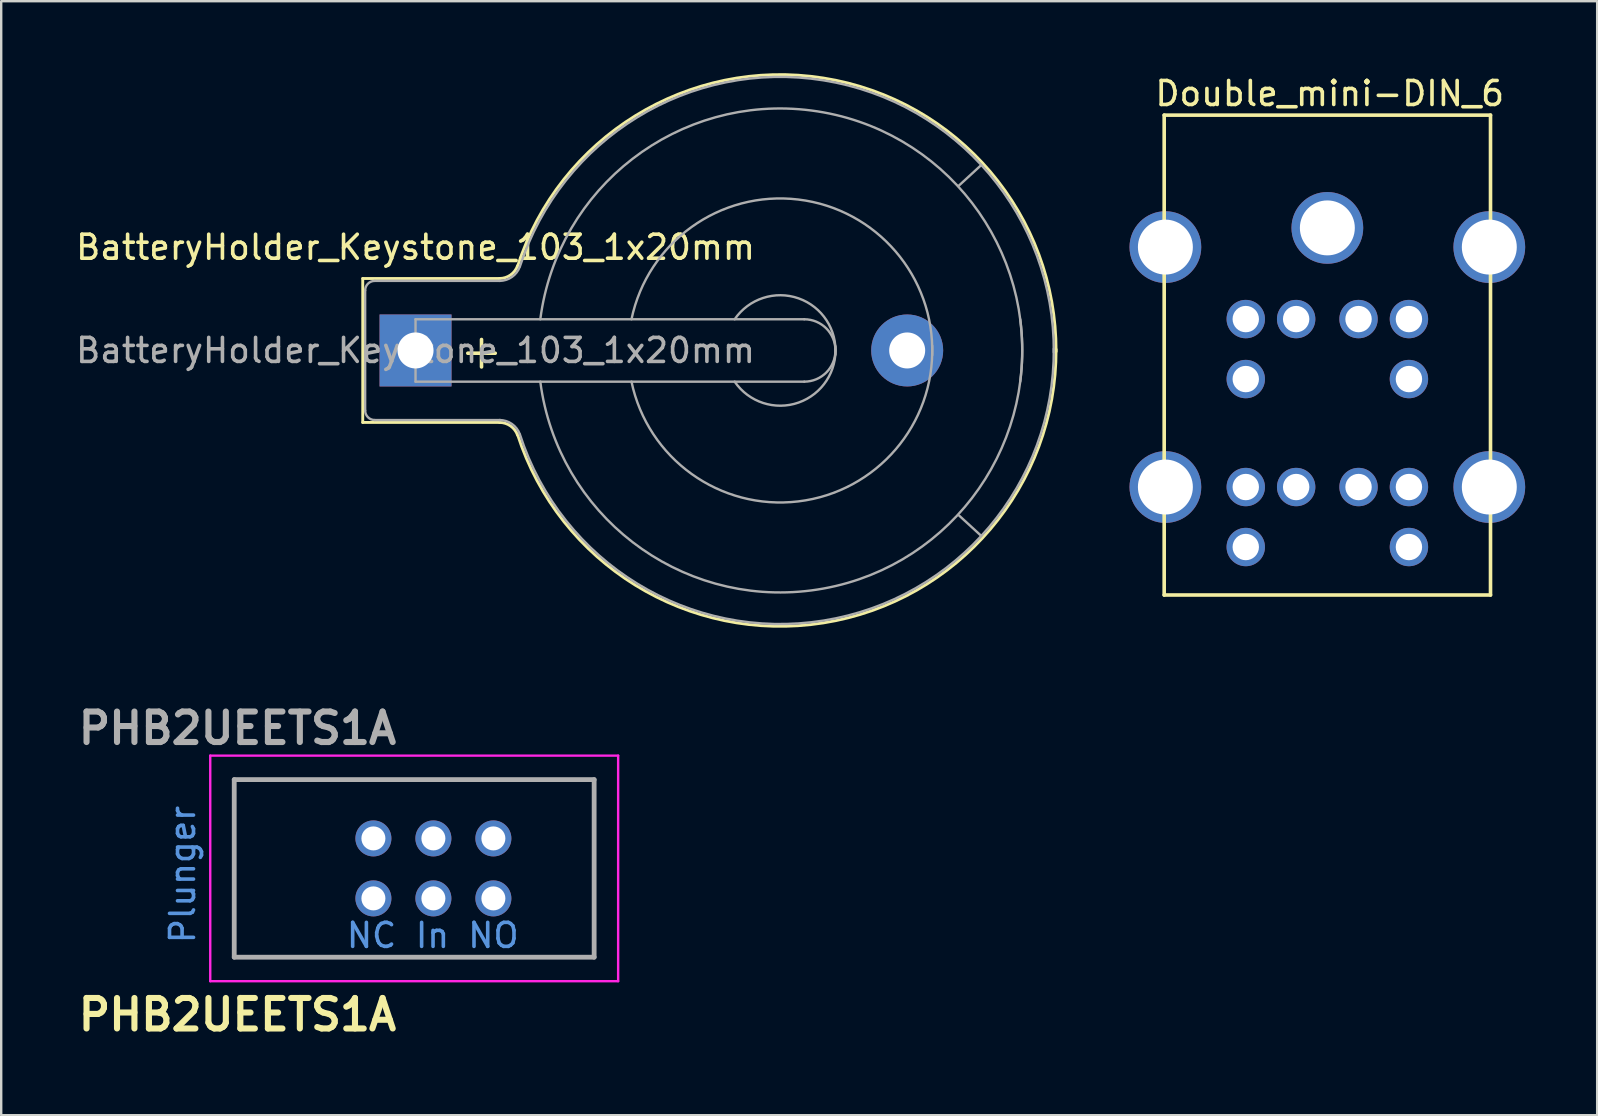
<source format=kicad_pcb>
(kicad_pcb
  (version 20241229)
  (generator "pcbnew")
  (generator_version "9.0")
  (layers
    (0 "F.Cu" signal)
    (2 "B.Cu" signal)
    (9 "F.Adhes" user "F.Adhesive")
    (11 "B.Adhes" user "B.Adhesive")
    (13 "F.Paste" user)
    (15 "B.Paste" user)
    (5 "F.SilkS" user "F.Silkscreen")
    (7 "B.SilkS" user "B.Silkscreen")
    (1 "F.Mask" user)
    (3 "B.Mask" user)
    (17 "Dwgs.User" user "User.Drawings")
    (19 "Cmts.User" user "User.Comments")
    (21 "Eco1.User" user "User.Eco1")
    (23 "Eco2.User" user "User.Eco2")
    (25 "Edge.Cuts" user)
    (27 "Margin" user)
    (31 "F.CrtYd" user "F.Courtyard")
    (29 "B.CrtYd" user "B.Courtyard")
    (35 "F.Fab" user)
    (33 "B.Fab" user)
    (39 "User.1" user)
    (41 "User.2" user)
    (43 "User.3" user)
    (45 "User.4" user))
  (footprint "PHB2UEETS1A"
    (layer "F.Cu")
    (at 14.212 33.142)
    (property "Reference" "PHB2UEETS1A" (at -7.366 6.096 0) (layer "F.SilkS") (effects (font (size 1.27 1.27) (thickness 0.254))))
    (attr through_hole)
    (fp_line (start -7.5 -3.7) (end 7.5 -3.7) (stroke (width 0.1) (type solid)) (layer "F.SilkS"))
    (fp_line (start -7.5 3.7) (end -7.5 -3.7) (stroke (width 0.1) (type solid)) (layer "F.SilkS"))
    (fp_line (start 7.5 -3.7) (end 7.5 3.7) (stroke (width 0.1) (type solid)) (layer "F.SilkS"))
    (fp_line (start 7.5 3.7) (end -7.5 3.7) (stroke (width 0.1) (type solid)) (layer "F.SilkS"))
    (fp_line (start -8.5 -4.7) (end 8.5 -4.7) (stroke (width 0.1) (type solid)) (layer "F.CrtYd"))
    (fp_line (start -8.5 4.7) (end -8.5 -4.7) (stroke (width 0.1) (type solid)) (layer "F.CrtYd"))
    (fp_line (start 8.5 -4.7) (end 8.5 4.7) (stroke (width 0.1) (type solid)) (layer "F.CrtYd"))
    (fp_line (start 8.5 4.7) (end -8.5 4.7) (stroke (width 0.1) (type solid)) (layer "F.CrtYd"))
    (fp_line (start -7.5 -3.7) (end 7.5 -3.7) (stroke (width 0.2) (type solid)) (layer "F.Fab"))
    (fp_line (start -7.5 3.7) (end -7.5 -3.7) (stroke (width 0.2) (type solid)) (layer "F.Fab"))
    (fp_line (start 7.5 -3.7) (end 7.5 3.7) (stroke (width 0.2) (type solid)) (layer "F.Fab"))
    (fp_line (start 7.5 3.7) (end -7.5 3.7) (stroke (width 0.2) (type solid)) (layer "F.Fab"))
    (fp_text user "In" (at 0.762 2.794 0) (layer "Cmts.User") (effects (font (size 1 1) (thickness 0.15))))
    (fp_text user "NO" (at 3.302 2.794 0) (layer "Cmts.User") (effects (font (size 1 1) (thickness 0.15))))
    (fp_text user "Plunger" (at -9.652 0.254 90) (layer "Cmts.User") (effects (font (size 1 1) (thickness 0.15))))
    (fp_text user "NC" (at -1.778 2.794 0) (layer "Cmts.User") (effects (font (size 1 1) (thickness 0.15))))
    (fp_text user "${REFERENCE}" (at -7.366 -5.842 0) (layer "F.Fab") (effects (font (size 1.27 1.27) (thickness 0.254))))
    (pad "1" thru_hole circle (at -1.7 1.25) (size 1.5 1.5) (drill 1) (layers "*.Cu" "*.Mask"))
    (pad "2" thru_hole circle (at 0.8 1.25) (size 1.5 1.5) (drill 1) (layers "*.Cu" "*.Mask"))
    (pad "3" thru_hole circle (at 3.3 1.25) (size 1.5 1.5) (drill 1) (layers "*.Cu" "*.Mask"))
    (pad "4" thru_hole circle (at -1.7 -1.25) (size 1.5 1.5) (drill 1) (layers "*.Cu" "*.Mask"))
    (pad "5" thru_hole circle (at 0.8 -1.25) (size 1.5 1.5) (drill 1) (layers "*.Cu" "*.Mask"))
    (pad "6" thru_hole circle (at 3.3 -1.25) (size 1.5 1.5) (drill 1) (layers "*.Cu" "*.Mask")))
  (footprint "BatteryHolder_Keystone_103_1x20mm"
    (layer "F.Cu")
    (at 14.268 11.556)
    (property "Reference" "BatteryHolder_Keystone_103_1x20mm" (at 0 -4.3 0) (layer "F.SilkS") (effects (font (size 1 1) (thickness 0.15))))
    (attr through_hole)
    (fp_line (start -2.2 -3) (end 3.5 -3) (stroke (width 0.12) (type solid)) (layer "F.SilkS"))
    (fp_line (start -2.2 3) (end -2.2 -3) (stroke (width 0.12) (type solid)) (layer "F.SilkS"))
    (fp_line (start -2.2 3) (end 3.5 3) (stroke (width 0.12) (type solid)) (layer "F.SilkS"))
    (fp_arc (start 3.5 3) (mid 3.958861 3.144678) (end 4.251754 3.526384) (stroke (width 0.12) (type solid)) (layer "F.SilkS"))
    (fp_arc (start 4.25 -3.5) (mid 16.993514 -11.35499) (end 26.695671 0.045281) (stroke (width 0.12) (type solid)) (layer "F.SilkS"))
    (fp_arc (start 4.251754 -3.526384) (mid 3.958861 -3.144678) (end 3.5 -3) (stroke (width 0.12) (type solid)) (layer "F.SilkS"))
    (fp_arc (start 26.695671 -0.045281) (mid 16.993514 11.35499) (end 4.25 3.5) (stroke (width 0.12) (type solid)) (layer "F.SilkS"))
    (fp_line (start -2.1 -2.5) (end -2.1 2.5) (stroke (width 0.1) (type solid)) (layer "F.Fab"))
    (fp_line (start -1.7 2.9) (end 3.531 2.9) (stroke (width 0.1) (type solid)) (layer "F.Fab"))
    (fp_line (start 0 -1.3) (end 0 1.3) (stroke (width 0.1) (type solid)) (layer "F.Fab"))
    (fp_line (start 0 1.3) (end 16.2 1.3) (stroke (width 0.1) (type solid)) (layer "F.Fab"))
    (fp_line (start 3.531 -2.9) (end -1.7 -2.9) (stroke (width 0.1) (type solid)) (layer "F.Fab"))
    (fp_line (start 16.2 -1.3) (end 0 -1.3) (stroke (width 0.1) (type solid)) (layer "F.Fab"))
    (fp_line (start 23.571 -7.722) (end 22.631 -6.858) (stroke (width 0.1) (type solid)) (layer "F.Fab"))
    (fp_line (start 23.571 7.722) (end 22.657 6.883) (stroke (width 0.1) (type solid)) (layer "F.Fab"))
    (fp_arc (start -2.1 -2.5) (mid -1.982843 -2.782843) (end -1.7 -2.9) (stroke (width 0.1) (type solid)) (layer "F.Fab"))
    (fp_arc (start -1.7 2.9) (mid -1.982843 2.782843) (end -2.1 2.5) (stroke (width 0.1) (type solid)) (layer "F.Fab"))
    (fp_arc (start 3.5 2.9) (mid 4.016219 3.062763) (end 4.345723 3.492182) (stroke (width 0.1) (type solid)) (layer "F.Fab"))
    (fp_arc (start 4.345723 -3.492182) (mid 4.016219 -3.062763) (end 3.5 -2.9) (stroke (width 0.1) (type solid)) (layer "F.Fab"))
    (fp_arc (start 4.35 -3.5) (mid 17.008726 -11.256154) (end 26.600299 0.075351) (stroke (width 0.1) (type solid)) (layer "F.Fab"))
    (fp_arc (start 5.2 -1.3) (mid 16.5 -10) (end 25.2 1.3) (stroke (width 0.1) (type solid)) (layer "F.Fab"))
    (fp_arc (start 9 -1.3) (mid 15.954687 -6.28971) (end 21.531551 0.203631) (stroke (width 0.1) (type solid)) (layer "F.Fab"))
    (fp_arc (start 13.3 -1.3) (mid 15.963947 -2.171724) (end 17.495448 0.175833) (stroke (width 0.1) (type solid)) (layer "F.Fab"))
    (fp_arc (start 16.2 -1.3) (mid 17.5 0) (end 16.2 1.3) (stroke (width 0.1) (type solid)) (layer "F.Fab"))
    (fp_arc (start 17.495448 -0.175833) (mid 15.963947 2.171724) (end 13.3 1.3) (stroke (width 0.1) (type solid)) (layer "F.Fab"))
    (fp_arc (start 21.531551 -0.203631) (mid 15.954687 6.28971) (end 9 1.3) (stroke (width 0.1) (type solid)) (layer "F.Fab"))
    (fp_arc (start 25.2 -1.3) (mid 16.5 10) (end 5.2 1.3) (stroke (width 0.1) (type solid)) (layer "F.Fab"))
    (fp_arc (start 26.600299 -0.075351) (mid 17.008726 11.256154) (end 4.35 3.5) (stroke (width 0.1) (type solid)) (layer "F.Fab"))
    (fp_text user "+" (at 2.75 0 0) (layer "F.SilkS") (effects (font (size 1.5 1.5) (thickness 0.15))))
    (fp_text user "${REFERENCE}" (at 0 0 0) (layer "F.Fab") (effects (font (size 1 1) (thickness 0.15))))
    (pad "1" thru_hole rect (at 0 0) (size 3 3) (drill 1.5) (layers "*.Cu" "*.Mask"))
    (pad "2" thru_hole circle (at 20.49 0) (size 3 3) (drill 1.5) (layers "*.Cu" "*.Mask")))
  (footprint "Double_mini-DIN_6"
    (layer "F.Cu")
    (at 52.269 1.748)
    (property "Reference" "Double_mini-DIN_6" (at 0.1 -0.9 0) (layer "F.SilkS") (effects (font (size 1 1) (thickness 0.15))))
    (attr through_hole)
    (fp_line (start -6.8 0) (end -6.8 20) (stroke (width 0.15) (type solid)) (layer "F.SilkS"))
    (fp_line (start -6.8 20) (end 6.8 20) (stroke (width 0.15) (type solid)) (layer "F.SilkS"))
    (fp_line (start 6.8 0) (end -6.8 0) (stroke (width 0.15) (type solid)) (layer "F.SilkS"))
    (fp_line (start 6.8 20) (end 6.8 0) (stroke (width 0.15) (type solid)) (layer "F.SilkS"))
    (pad "1" thru_hole circle (at -1.3 8.5) (size 1.6 1.6) (drill 1.1) (layers "*.Cu" "*.Mask"))
    (pad "2" thru_hole circle (at 1.3 8.5) (size 1.6 1.6) (drill 1.1) (layers "*.Cu" "*.Mask"))
    (pad "3" thru_hole circle (at -3.4 8.5) (size 1.6 1.6) (drill 1.1) (layers "*.Cu" "*.Mask"))
    (pad "4" thru_hole circle (at 3.4 8.5) (size 1.6 1.6) (drill 1.1) (layers "*.Cu" "*.Mask"))
    (pad "5" thru_hole circle (at -3.4 11) (size 1.6 1.6) (drill 1.1) (layers "*.Cu" "*.Mask"))
    (pad "6" thru_hole circle (at 3.4 11) (size 1.6 1.6) (drill 1.1) (layers "*.Cu" "*.Mask"))
    (pad "7" thru_hole circle (at -1.3 15.5) (size 1.6 1.6) (drill 1.1) (layers "*.Cu" "*.Mask"))
    (pad "8" thru_hole circle (at 1.3 15.5) (size 1.6 1.6) (drill 1.1) (layers "*.Cu" "*.Mask"))
    (pad "9" thru_hole circle (at -3.4 15.5) (size 1.6 1.6) (drill 1.1) (layers "*.Cu" "*.Mask"))
    (pad "10" thru_hole circle (at 3.4 15.5) (size 1.6 1.6) (drill 1.1) (layers "*.Cu" "*.Mask"))
    (pad "11" thru_hole circle (at -3.4 18) (size 1.6 1.6) (drill 1.1) (layers "*.Cu" "*.Mask"))
    (pad "12" thru_hole circle (at 3.4 18) (size 1.6 1.6) (drill 1.1) (layers "*.Cu" "*.Mask"))
    (pad "13" thru_hole circle (at -6.75 5.5) (size 2.99 2.99) (drill 2.29) (layers "*.Cu" "*.Mask"))
    (pad "14" thru_hole circle (at 0 4.7) (size 2.99 2.99) (drill 2.29) (layers "*.Cu" "*.Mask"))
    (pad "15" thru_hole circle (at 6.75 5.5) (size 2.99 2.99) (drill 2.29) (layers "*.Cu" "*.Mask"))
    (pad "16" thru_hole circle (at -6.75 15.5) (size 2.99 2.99) (drill 2.29) (layers "*.Cu" "*.Mask"))
    (pad "17" thru_hole circle (at 6.75 15.5) (size 2.99 2.99) (drill 2.29) (layers "*.Cu" "*.Mask")))
  (gr_rect
    (start -3 -3)
    (end 63.514 43.427)
    (stroke (width 0.1) (type default))
    (fill no)
    (layer "Edge.Cuts")))
</source>
